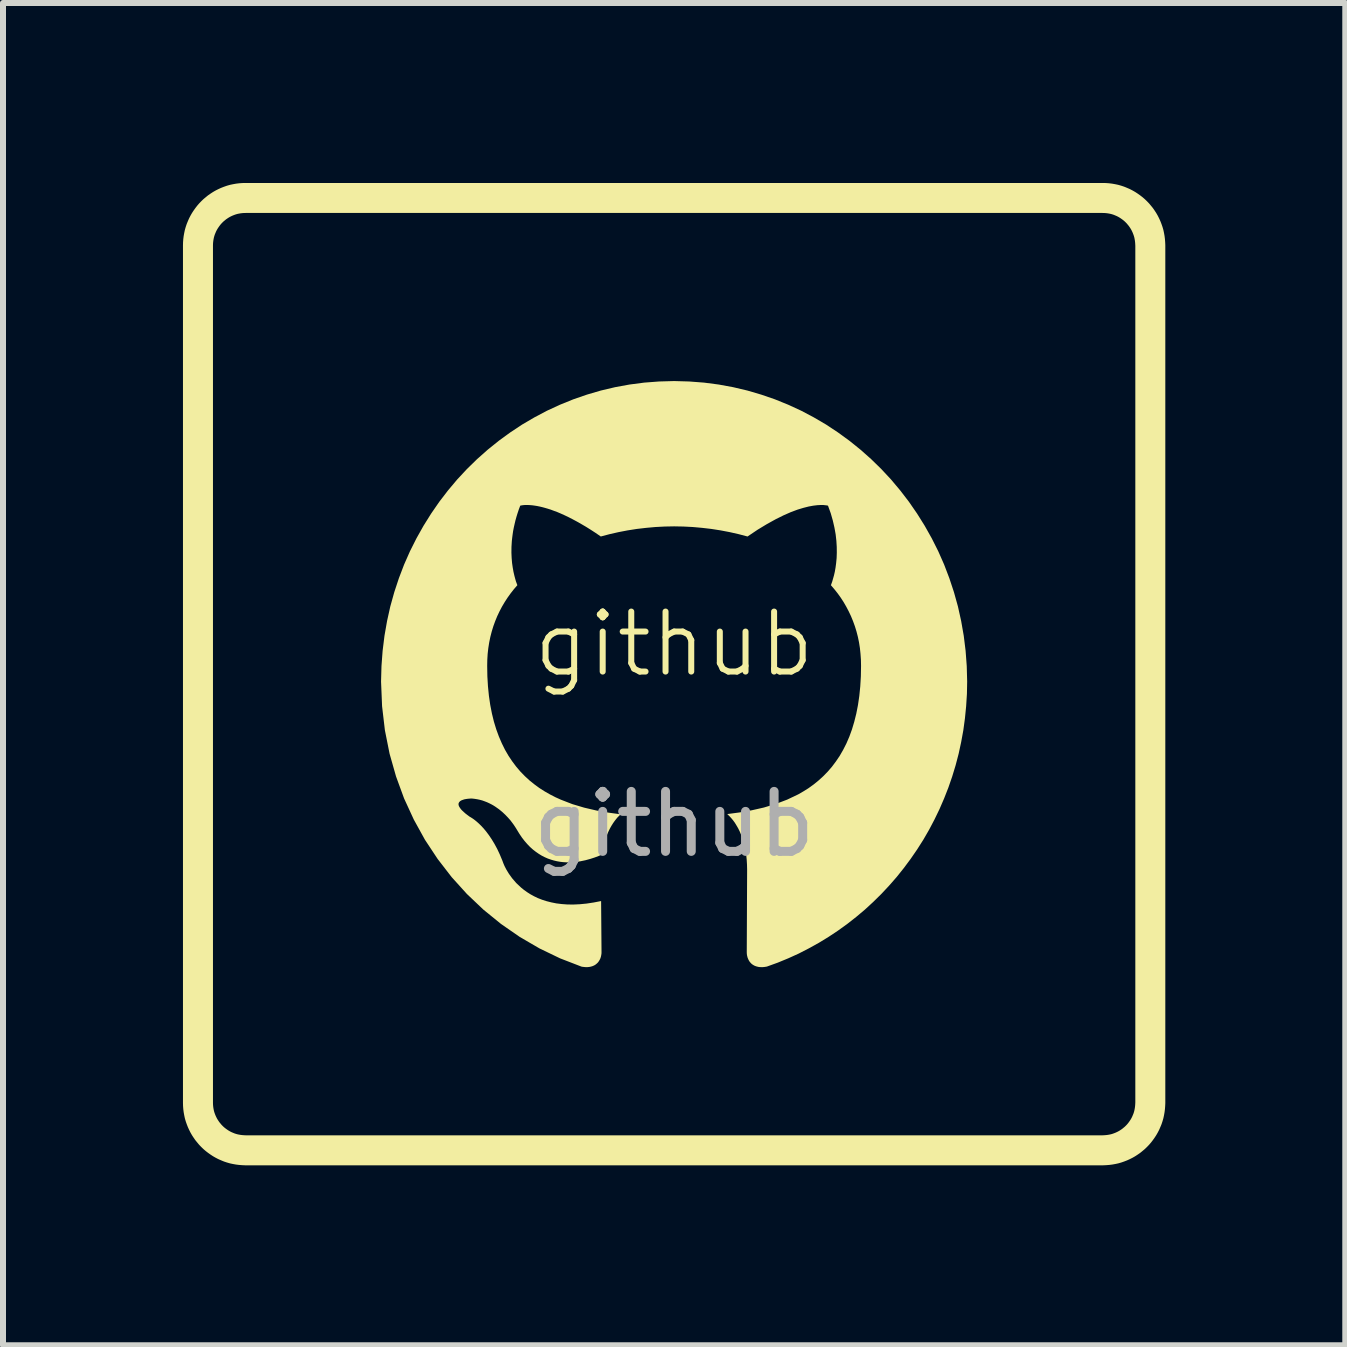
<source format=kicad_pcb>
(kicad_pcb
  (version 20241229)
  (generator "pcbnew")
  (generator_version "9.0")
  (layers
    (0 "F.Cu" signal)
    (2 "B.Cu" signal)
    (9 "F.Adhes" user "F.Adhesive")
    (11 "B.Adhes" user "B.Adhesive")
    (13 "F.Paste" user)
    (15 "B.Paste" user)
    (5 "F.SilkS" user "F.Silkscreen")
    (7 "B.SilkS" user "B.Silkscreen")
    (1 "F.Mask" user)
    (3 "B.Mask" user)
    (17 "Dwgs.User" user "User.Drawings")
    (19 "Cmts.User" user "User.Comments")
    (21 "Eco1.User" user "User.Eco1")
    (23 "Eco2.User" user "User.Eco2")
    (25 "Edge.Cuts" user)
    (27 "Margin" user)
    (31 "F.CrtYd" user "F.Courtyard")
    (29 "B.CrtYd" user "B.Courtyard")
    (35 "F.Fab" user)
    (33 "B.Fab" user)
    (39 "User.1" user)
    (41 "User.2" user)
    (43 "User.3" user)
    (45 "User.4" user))
  (footprint "github"
    (layer "F.Cu")
    (at 8.187 8.187)
    (property "Reference" "github" (at 0 -0.5 0) (unlocked yes) (layer "F.SilkS") (effects (font (size 1 1) (thickness 0.1))))
    (attr smd)
    (fp_poly (pts (xy 7.186 -7.936) (xy 7.226 -7.933) (xy 7.266 -7.928) (xy 7.305 -7.921) (xy 7.343 -7.913) (xy 7.381 -7.902) (xy 7.417 -7.89) (xy 7.453 -7.875) (xy 7.488 -7.86) (xy 7.523 -7.842) (xy 7.556 -7.823) (xy 7.588 -7.802) (xy 7.619 -7.78) (xy 7.649 -7.757) (xy 7.678 -7.732) (xy 7.705 -7.706) (xy 7.732 -7.678) (xy 7.756 -7.649) (xy 7.78 -7.62) (xy 7.802 -7.588) (xy 7.823 -7.556) (xy 7.842 -7.523) (xy 7.859 -7.489) (xy 7.875 -7.454) (xy 7.889 -7.418) (xy 7.902 -7.381) (xy 7.913 -7.343) (xy 7.921 -7.305) (xy 7.928 -7.266) (xy 7.933 -7.226) (xy 7.936 -7.186) (xy 7.938 -7.145) (xy 7.938 7.145) (xy 7.936 7.186) (xy 7.933 7.226) (xy 7.928 7.266) (xy 7.921 7.305) (xy 7.913 7.343) (xy 7.902 7.381) (xy 7.89 7.417) (xy 7.875 7.453) (xy 7.86 7.488) (xy 7.842 7.523) (xy 7.823 7.556) (xy 7.802 7.588) (xy 7.78 7.619) (xy 7.757 7.649) (xy 7.732 7.678) (xy 7.706 7.705) (xy 7.678 7.732) (xy 7.649 7.756) (xy 7.62 7.78) (xy 7.588 7.802) (xy 7.556 7.823) (xy 7.523 7.842) (xy 7.489 7.859) (xy 7.454 7.875) (xy 7.418 7.889) (xy 7.381 7.902) (xy 7.343 7.913) (xy 7.305 7.921) (xy 7.266 7.928) (xy 7.226 7.933) (xy 7.186 7.936) (xy 7.145 7.938) (xy -7.145 7.938) (xy -7.186 7.936) (xy -7.226 7.933) (xy -7.266 7.928) (xy -7.305 7.921) (xy -7.343 7.913) (xy -7.381 7.902) (xy -7.417 7.89) (xy -7.453 7.875) (xy -7.488 7.86) (xy -7.523 7.842) (xy -7.556 7.823) (xy -7.588 7.802) (xy -7.619 7.78) (xy -7.649 7.757) (xy -7.678 7.732) (xy -7.705 7.706) (xy -7.732 7.678) (xy -7.756 7.649) (xy -7.78 7.62) (xy -7.802 7.588) (xy -7.823 7.556) (xy -7.842 7.523) (xy -7.859 7.489) (xy -7.875 7.454) (xy -7.889 7.418) (xy -7.902 7.381) (xy -7.913 7.343) (xy -7.921 7.305) (xy -7.928 7.266) (xy -7.933 7.226) (xy -7.936 7.186) (xy -7.937 7.145) (xy -7.937 -7.145) (xy -7.936 -7.186) (xy -7.933 -7.226) (xy -7.928 -7.266) (xy -7.921 -7.305) (xy -7.913 -7.343) (xy -7.902 -7.381) (xy -7.89 -7.417) (xy -7.875 -7.453) (xy -7.86 -7.488) (xy -7.842 -7.523) (xy -7.823 -7.556) (xy -7.802 -7.588) (xy -7.78 -7.619) (xy -7.757 -7.649) (xy -7.732 -7.678) (xy -7.706 -7.705) (xy -7.678 -7.732) (xy -7.649 -7.756) (xy -7.62 -7.78) (xy -7.588 -7.802) (xy -7.556 -7.823) (xy -7.523 -7.842) (xy -7.489 -7.859) (xy -7.454 -7.875) (xy -7.418 -7.889) (xy -7.381 -7.902) (xy -7.343 -7.913) (xy -7.305 -7.921) (xy -7.266 -7.928) (xy -7.226 -7.933) (xy -7.186 -7.936) (xy -7.145 -7.937) (xy 7.145 -7.937)) (stroke (width 0.5) (type solid)) (fill no) (layer "F.SilkS"))
    (fp_poly (pts (xy 0.251 -4.878) (xy 0.499 -4.859) (xy 0.744 -4.827) (xy 0.984 -4.783) (xy 1.221 -4.727) (xy 1.452 -4.659) (xy 1.679 -4.581) (xy 1.901 -4.491) (xy 2.118 -4.391) (xy 2.328 -4.28) (xy 2.533 -4.16) (xy 2.731 -4.029) (xy 2.922 -3.89) (xy 3.107 -3.741) (xy 3.284 -3.584) (xy 3.454 -3.418) (xy 3.616 -3.244) (xy 3.769 -3.062) (xy 3.914 -2.873) (xy 4.05 -2.676) (xy 4.177 -2.473) (xy 4.295 -2.263) (xy 4.403 -2.048) (xy 4.501 -1.826) (xy 4.588 -1.598) (xy 4.665 -1.365) (xy 4.731 -1.128) (xy 4.785 -0.885) (xy 4.828 -0.639) (xy 4.859 -0.388) (xy 4.878 -0.134) (xy 4.885 0.124) (xy 4.881 0.33) (xy 4.868 0.535) (xy 4.848 0.736) (xy 4.821 0.936) (xy 4.785 1.133) (xy 4.743 1.327) (xy 4.693 1.518) (xy 4.636 1.706) (xy 4.572 1.891) (xy 4.501 2.072) (xy 4.424 2.25) (xy 4.34 2.424) (xy 4.25 2.595) (xy 4.154 2.761) (xy 4.051 2.923) (xy 3.943 3.08) (xy 3.829 3.233) (xy 3.71 3.382) (xy 3.585 3.525) (xy 3.455 3.664) (xy 3.32 3.797) (xy 3.181 3.925) (xy 3.036 4.047) (xy 2.887 4.164) (xy 2.733 4.275) (xy 2.575 4.38) (xy 2.413 4.479) (xy 2.247 4.571) (xy 2.078 4.658) (xy 1.904 4.737) (xy 1.727 4.81) (xy 1.547 4.875) (xy 1.524 4.879) (xy 1.503 4.882) (xy 1.482 4.884) (xy 1.462 4.885) (xy 1.442 4.884) (xy 1.424 4.883) (xy 1.407 4.881) (xy 1.39 4.877) (xy 1.374 4.873) (xy 1.359 4.868) (xy 1.345 4.863) (xy 1.332 4.856) (xy 1.319 4.849) (xy 1.307 4.841) (xy 1.296 4.833) (xy 1.286 4.824) (xy 1.276 4.814) (xy 1.268 4.804) (xy 1.259 4.794) (xy 1.252 4.783) (xy 1.245 4.771) (xy 1.239 4.76) (xy 1.234 4.748) (xy 1.229 4.736) (xy 1.224 4.723) (xy 1.221 4.711) (xy 1.218 4.698) (xy 1.215 4.686) (xy 1.212 4.66) (xy 1.211 4.635) (xy 1.217 3.261) (xy 1.215 3.175) (xy 1.21 3.093) (xy 1.202 3.015) (xy 1.19 2.94) (xy 1.176 2.87) (xy 1.159 2.803) (xy 1.139 2.739) (xy 1.117 2.68) (xy 1.094 2.624) (xy 1.068 2.571) (xy 1.04 2.523) (xy 1.012 2.477) (xy 0.982 2.436) (xy 0.95 2.398) (xy 0.918 2.364) (xy 0.886 2.333) (xy 1.09 2.306) (xy 1.294 2.27) (xy 1.496 2.224) (xy 1.693 2.165) (xy 1.885 2.092) (xy 2.07 2.004) (xy 2.158 1.953) (xy 2.245 1.898) (xy 2.328 1.838) (xy 2.409 1.772) (xy 2.486 1.702) (xy 2.56 1.626) (xy 2.631 1.544) (xy 2.697 1.456) (xy 2.76 1.363) (xy 2.818 1.262) (xy 2.872 1.156) (xy 2.921 1.042) (xy 2.965 0.921) (xy 3.003 0.794) (xy 3.037 0.658) (xy 3.065 0.515) (xy 3.087 0.364) (xy 3.103 0.205) (xy 3.113 0.038) (xy 3.116 -0.138) (xy 3.114 -0.24) (xy 3.107 -0.339) (xy 3.097 -0.435) (xy 3.082 -0.53) (xy 3.063 -0.622) (xy 3.04 -0.711) (xy 3.013 -0.799) (xy 2.982 -0.884) (xy 2.948 -0.967) (xy 2.91 -1.047) (xy 2.869 -1.125) (xy 2.825 -1.201) (xy 2.777 -1.275) (xy 2.726 -1.346) (xy 2.671 -1.415) (xy 2.614 -1.482) (xy 2.637 -1.547) (xy 2.665 -1.646) (xy 2.679 -1.707) (xy 2.691 -1.776) (xy 2.701 -1.851) (xy 2.709 -1.934) (xy 2.712 -2.023) (xy 2.711 -2.119) (xy 2.705 -2.22) (xy 2.693 -2.328) (xy 2.673 -2.44) (xy 2.646 -2.558) (xy 2.611 -2.681) (xy 2.565 -2.808) (xy 2.546 -2.812) (xy 2.487 -2.819) (xy 2.442 -2.819) (xy 2.387 -2.816) (xy 2.321 -2.808) (xy 2.244 -2.794) (xy 2.157 -2.772) (xy 2.058 -2.742) (xy 1.948 -2.701) (xy 1.827 -2.648) (xy 1.694 -2.582) (xy 1.549 -2.502) (xy 1.392 -2.407) (xy 1.224 -2.294) (xy 1.076 -2.333) (xy 0.926 -2.367) (xy 0.774 -2.396) (xy 0.621 -2.42) (xy 0.467 -2.438) (xy 0.312 -2.452) (xy 0.156 -2.46) (xy 0.001 -2.463) (xy -0.155 -2.46) (xy -0.311 -2.452) (xy -0.466 -2.438) (xy -0.621 -2.42) (xy -0.774 -2.396) (xy -0.925 -2.367) (xy -1.075 -2.333) (xy -1.222 -2.294) (xy -1.308 -2.353) (xy -1.391 -2.407) (xy -1.471 -2.457) (xy -1.548 -2.502) (xy -1.622 -2.544) (xy -1.693 -2.582) (xy -1.761 -2.617) (xy -1.826 -2.648) (xy -1.888 -2.676) (xy -1.947 -2.701) (xy -2.004 -2.722) (xy -2.057 -2.742) (xy -2.108 -2.758) (xy -2.156 -2.772) (xy -2.201 -2.784) (xy -2.244 -2.794) (xy -2.283 -2.802) (xy -2.321 -2.808) (xy -2.355 -2.813) (xy -2.386 -2.816) (xy -2.415 -2.818) (xy -2.442 -2.819) (xy -2.487 -2.819) (xy -2.521 -2.816) (xy -2.546 -2.812) (xy -2.565 -2.808) (xy -2.589 -2.744) (xy -2.61 -2.681) (xy -2.629 -2.619) (xy -2.646 -2.558) (xy -2.66 -2.498) (xy -2.673 -2.44) (xy -2.684 -2.383) (xy -2.692 -2.327) (xy -2.699 -2.273) (xy -2.705 -2.22) (xy -2.708 -2.169) (xy -2.711 -2.119) (xy -2.712 -2.023) (xy -2.708 -1.934) (xy -2.701 -1.851) (xy -2.69 -1.775) (xy -2.678 -1.707) (xy -2.664 -1.646) (xy -2.65 -1.593) (xy -2.637 -1.547) (xy -2.613 -1.482) (xy -2.671 -1.415) (xy -2.725 -1.346) (xy -2.776 -1.275) (xy -2.824 -1.201) (xy -2.869 -1.125) (xy -2.91 -1.047) (xy -2.948 -0.967) (xy -2.982 -0.884) (xy -3.013 -0.799) (xy -3.04 -0.711) (xy -3.063 -0.622) (xy -3.082 -0.53) (xy -3.097 -0.435) (xy -3.108 -0.339) (xy -3.114 -0.24) (xy -3.116 -0.138) (xy -3.113 0.037) (xy -3.103 0.204) (xy -3.087 0.363) (xy -3.065 0.514) (xy -3.037 0.657) (xy -3.004 0.792) (xy -2.965 0.92) (xy -2.921 1.04) (xy -2.872 1.154) (xy -2.819 1.261) (xy -2.761 1.361) (xy -2.698 1.455) (xy -2.632 1.543) (xy -2.562 1.625) (xy -2.488 1.701) (xy -2.411 1.772) (xy -2.33 1.837) (xy -2.247 1.898) (xy -2.161 1.953) (xy -2.072 2.004) (xy -1.981 2.051) (xy -1.888 2.093) (xy -1.697 2.167) (xy -1.499 2.226) (xy -1.298 2.273) (xy -1.095 2.309) (xy -0.891 2.337) (xy -0.917 2.362) (xy -0.943 2.388) (xy -0.968 2.418) (xy -0.992 2.449) (xy -1.016 2.483) (xy -1.039 2.519) (xy -1.061 2.557) (xy -1.082 2.597) (xy -1.102 2.64) (xy -1.121 2.686) (xy -1.138 2.733) (xy -1.154 2.783) (xy -1.168 2.835) (xy -1.181 2.89) (xy -1.192 2.947) (xy -1.201 3.007) (xy -1.258 3.032) (xy -1.325 3.057) (xy -1.399 3.081) (xy -1.48 3.103) (xy -1.567 3.121) (xy -1.659 3.133) (xy -1.755 3.138) (xy -1.804 3.137) (xy -1.853 3.134) (xy -1.903 3.128) (xy -1.954 3.119) (xy -2.004 3.107) (xy -2.055 3.092) (xy -2.106 3.074) (xy -2.156 3.052) (xy -2.207 3.026) (xy -2.256 2.996) (xy -2.305 2.962) (xy -2.354 2.924) (xy -2.402 2.881) (xy -2.448 2.833) (xy -2.494 2.78) (xy -2.538 2.723) (xy -2.581 2.659) (xy -2.623 2.59) (xy -2.635 2.57) (xy -2.671 2.515) (xy -2.698 2.478) (xy -2.73 2.436) (xy -2.769 2.392) (xy -2.813 2.346) (xy -2.863 2.299) (xy -2.919 2.253) (xy -2.98 2.21) (xy -3.013 2.189) (xy -3.047 2.17) (xy -3.083 2.152) (xy -3.12 2.135) (xy -3.159 2.12) (xy -3.198 2.106) (xy -3.239 2.095) (xy -3.282 2.086) (xy -3.326 2.079) (xy -3.371 2.074) (xy -3.391 2.074) (xy -3.439 2.078) (xy -3.468 2.082) (xy -3.499 2.088) (xy -3.528 2.098) (xy -3.542 2.103) (xy -3.554 2.11) (xy -3.566 2.117) (xy -3.575 2.126) (xy -3.583 2.135) (xy -3.589 2.146) (xy -3.593 2.157) (xy -3.594 2.17) (xy -3.592 2.184) (xy -3.587 2.2) (xy -3.578 2.217) (xy -3.566 2.235) (xy -3.551 2.255) (xy -3.531 2.276) (xy -3.506 2.299) (xy -3.478 2.324) (xy -3.444 2.35) (xy -3.405 2.379) (xy -3.391 2.386) (xy -3.351 2.412) (xy -3.324 2.432) (xy -3.292 2.458) (xy -3.256 2.49) (xy -3.217 2.528) (xy -3.175 2.573) (xy -3.132 2.625) (xy -3.087 2.685) (xy -3.041 2.753) (xy -2.995 2.829) (xy -2.949 2.914) (xy -2.905 3.008) (xy -2.862 3.111) (xy -2.847 3.152) (xy -2.827 3.199) (xy -2.796 3.259) (xy -2.754 3.328) (xy -2.7 3.403) (xy -2.632 3.482) (xy -2.549 3.56) (xy -2.502 3.598) (xy -2.45 3.635) (xy -2.395 3.67) (xy -2.335 3.703) (xy -2.27 3.734) (xy -2.201 3.761) (xy -2.126 3.785) (xy -2.047 3.805) (xy -1.963 3.822) (xy -1.873 3.833) (xy -1.778 3.84) (xy -1.678 3.841) (xy -1.572 3.836) (xy -1.459 3.825) (xy -1.341 3.807) (xy -1.217 3.783) (xy -1.21 4.635) (xy -1.211 4.66) (xy -1.215 4.685) (xy -1.22 4.71) (xy -1.228 4.735) (xy -1.233 4.747) (xy -1.239 4.759) (xy -1.245 4.77) (xy -1.252 4.781) (xy -1.259 4.792) (xy -1.267 4.803) (xy -1.276 4.813) (xy -1.286 4.822) (xy -1.296 4.831) (xy -1.307 4.84) (xy -1.319 4.848) (xy -1.331 4.855) (xy -1.344 4.861) (xy -1.358 4.867) (xy -1.373 4.872) (xy -1.389 4.876) (xy -1.405 4.88) (xy -1.422 4.882) (xy -1.441 4.884) (xy -1.459 4.884) (xy -1.479 4.884) (xy -1.5 4.882) (xy -1.521 4.88) (xy -1.544 4.876) (xy -1.901 4.738) (xy -2.245 4.572) (xy -2.573 4.381) (xy -2.885 4.165) (xy -3.179 3.926) (xy -3.454 3.665) (xy -3.709 3.383) (xy -3.942 3.081) (xy -4.153 2.762) (xy -4.339 2.425) (xy -4.501 2.073) (xy -4.635 1.707) (xy -4.743 1.327) (xy -4.821 0.936) (xy -4.868 0.535) (xy -4.885 0.124) (xy -4.878 -0.134) (xy -4.859 -0.388) (xy -4.828 -0.639) (xy -4.785 -0.885) (xy -4.731 -1.128) (xy -4.665 -1.365) (xy -4.588 -1.598) (xy -4.501 -1.826) (xy -4.403 -2.048) (xy -4.295 -2.263) (xy -4.177 -2.473) (xy -4.05 -2.676) (xy -3.914 -2.873) (xy -3.769 -3.062) (xy -3.616 -3.244) (xy -3.454 -3.418) (xy -3.284 -3.584) (xy -3.107 -3.741) (xy -2.922 -3.89) (xy -2.731 -4.029) (xy -2.533 -4.16) (xy -2.328 -4.28) (xy -2.118 -4.391) (xy -1.901 -4.491) (xy -1.679 -4.581) (xy -1.453 -4.659) (xy -1.221 -4.727) (xy -0.984 -4.783) (xy -0.744 -4.827) (xy -0.499 -4.859) (xy -0.251 -4.878) (xy -0.000145 -4.885)) (stroke (width -0.000001) (type solid)) (fill yes) (layer "F.SilkS"))
    (fp_text user "${REFERENCE}" (at 0 2.5 0) (unlocked yes) (layer "F.Fab") (effects (font (size 1 1) (thickness 0.15)))))
  (gr_rect
    (start -3 -3)
    (end 19.375 19.375)
    (stroke (width 0.1) (type default))
    (fill no)
    (layer "Edge.Cuts")))
</source>
